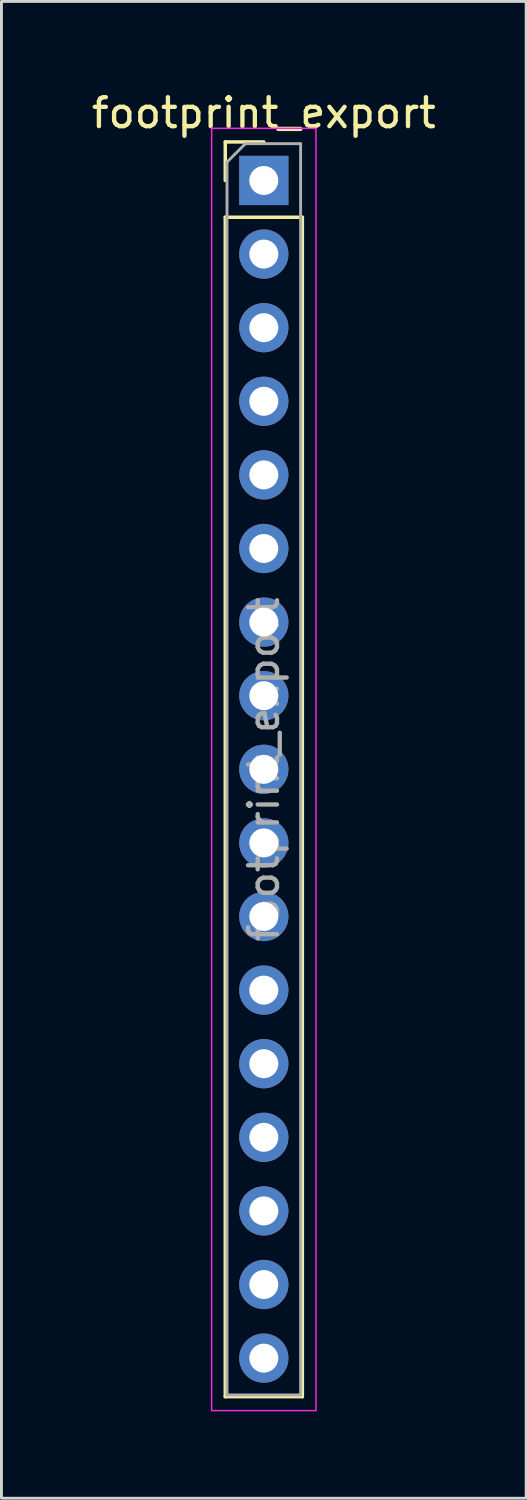
<source format=kicad_pcb>
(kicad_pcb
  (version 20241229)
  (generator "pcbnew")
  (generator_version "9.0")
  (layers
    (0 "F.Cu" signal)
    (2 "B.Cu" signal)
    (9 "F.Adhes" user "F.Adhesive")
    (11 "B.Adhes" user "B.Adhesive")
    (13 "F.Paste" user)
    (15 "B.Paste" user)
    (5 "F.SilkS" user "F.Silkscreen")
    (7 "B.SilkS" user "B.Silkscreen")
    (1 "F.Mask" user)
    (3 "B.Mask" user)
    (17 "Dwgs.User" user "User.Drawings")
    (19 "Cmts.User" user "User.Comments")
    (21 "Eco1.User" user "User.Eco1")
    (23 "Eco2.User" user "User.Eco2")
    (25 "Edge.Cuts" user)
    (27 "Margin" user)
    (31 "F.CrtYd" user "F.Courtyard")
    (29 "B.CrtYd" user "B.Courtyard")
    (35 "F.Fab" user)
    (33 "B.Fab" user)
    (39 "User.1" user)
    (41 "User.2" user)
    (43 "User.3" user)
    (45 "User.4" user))
  (footprint "footprint_export"
    (layer "F.Cu")
    (at 6.054 3.178)
    (property "Reference" "footprint_export" (at 0 -2.33 0) (layer "F.SilkS") (effects (font (size 1 1) (thickness 0.15))))
    (attr through_hole)
    (fp_line (start -1.33 -1.33) (end 0 -1.33) (stroke (width 0.12) (type solid)) (layer "F.SilkS"))
    (fp_line (start -1.33 0) (end -1.33 -1.33) (stroke (width 0.12) (type solid)) (layer "F.SilkS"))
    (fp_line (start -1.33 1.27) (end -1.33 41.97) (stroke (width 0.12) (type solid)) (layer "F.SilkS"))
    (fp_line (start -1.33 1.27) (end 1.33 1.27) (stroke (width 0.12) (type solid)) (layer "F.SilkS"))
    (fp_line (start -1.33 41.97) (end 1.33 41.97) (stroke (width 0.12) (type solid)) (layer "F.SilkS"))
    (fp_line (start 1.33 1.27) (end 1.33 41.97) (stroke (width 0.12) (type solid)) (layer "F.SilkS"))
    (fp_line (start -1.8 -1.8) (end -1.8 42.45) (stroke (width 0.05) (type solid)) (layer "F.CrtYd"))
    (fp_line (start -1.8 42.45) (end 1.8 42.45) (stroke (width 0.05) (type solid)) (layer "F.CrtYd"))
    (fp_line (start 1.8 -1.8) (end -1.8 -1.8) (stroke (width 0.05) (type solid)) (layer "F.CrtYd"))
    (fp_line (start 1.8 42.45) (end 1.8 -1.8) (stroke (width 0.05) (type solid)) (layer "F.CrtYd"))
    (fp_line (start -1.27 -0.635) (end -0.635 -1.27) (stroke (width 0.1) (type solid)) (layer "F.Fab"))
    (fp_line (start -1.27 41.91) (end -1.27 -0.635) (stroke (width 0.1) (type solid)) (layer "F.Fab"))
    (fp_line (start -0.635 -1.27) (end 1.27 -1.27) (stroke (width 0.1) (type solid)) (layer "F.Fab"))
    (fp_line (start 1.27 -1.27) (end 1.27 41.91) (stroke (width 0.1) (type solid)) (layer "F.Fab"))
    (fp_line (start 1.27 41.91) (end -1.27 41.91) (stroke (width 0.1) (type solid)) (layer "F.Fab"))
    (fp_text user "${REFERENCE}" (at 0 20.32 90) (layer "F.Fab") (effects (font (size 1 1) (thickness 0.15))))
    (pad "1" thru_hole rect (at 0 0) (size 1.7 1.7) (drill 1) (layers "*.Cu" "*.Mask"))
    (pad "2" thru_hole oval (at 0 2.54) (size 1.7 1.7) (drill 1) (layers "*.Cu" "*.Mask"))
    (pad "3" thru_hole oval (at 0 5.08) (size 1.7 1.7) (drill 1) (layers "*.Cu" "*.Mask"))
    (pad "4" thru_hole oval (at 0 7.62) (size 1.7 1.7) (drill 1) (layers "*.Cu" "*.Mask"))
    (pad "5" thru_hole oval (at 0 10.16) (size 1.7 1.7) (drill 1) (layers "*.Cu" "*.Mask"))
    (pad "6" thru_hole oval (at 0 12.7) (size 1.7 1.7) (drill 1) (layers "*.Cu" "*.Mask"))
    (pad "7" thru_hole oval (at 0 15.24) (size 1.7 1.7) (drill 1) (layers "*.Cu" "*.Mask"))
    (pad "8" thru_hole oval (at 0 17.78) (size 1.7 1.7) (drill 1) (layers "*.Cu" "*.Mask"))
    (pad "9" thru_hole oval (at 0 20.32) (size 1.7 1.7) (drill 1) (layers "*.Cu" "*.Mask"))
    (pad "10" thru_hole oval (at 0 22.86) (size 1.7 1.7) (drill 1) (layers "*.Cu" "*.Mask"))
    (pad "11" thru_hole oval (at 0 25.4) (size 1.7 1.7) (drill 1) (layers "*.Cu" "*.Mask"))
    (pad "12" thru_hole oval (at 0 27.94) (size 1.7 1.7) (drill 1) (layers "*.Cu" "*.Mask"))
    (pad "13" thru_hole oval (at 0 30.48) (size 1.7 1.7) (drill 1) (layers "*.Cu" "*.Mask"))
    (pad "14" thru_hole oval (at 0 33.02) (size 1.7 1.7) (drill 1) (layers "*.Cu" "*.Mask"))
    (pad "15" thru_hole oval (at 0 35.56) (size 1.7 1.7) (drill 1) (layers "*.Cu" "*.Mask"))
    (pad "16" thru_hole oval (at 0 38.1) (size 1.7 1.7) (drill 1) (layers "*.Cu" "*.Mask"))
    (pad "17" thru_hole oval (at 0 40.64) (size 1.7 1.7) (drill 1) (layers "*.Cu" "*.Mask")))
  (gr_rect
    (start -3 -3)
    (end 15.107 48.653)
    (stroke (width 0.1) (type default))
    (fill no)
    (layer "Edge.Cuts")))
</source>
